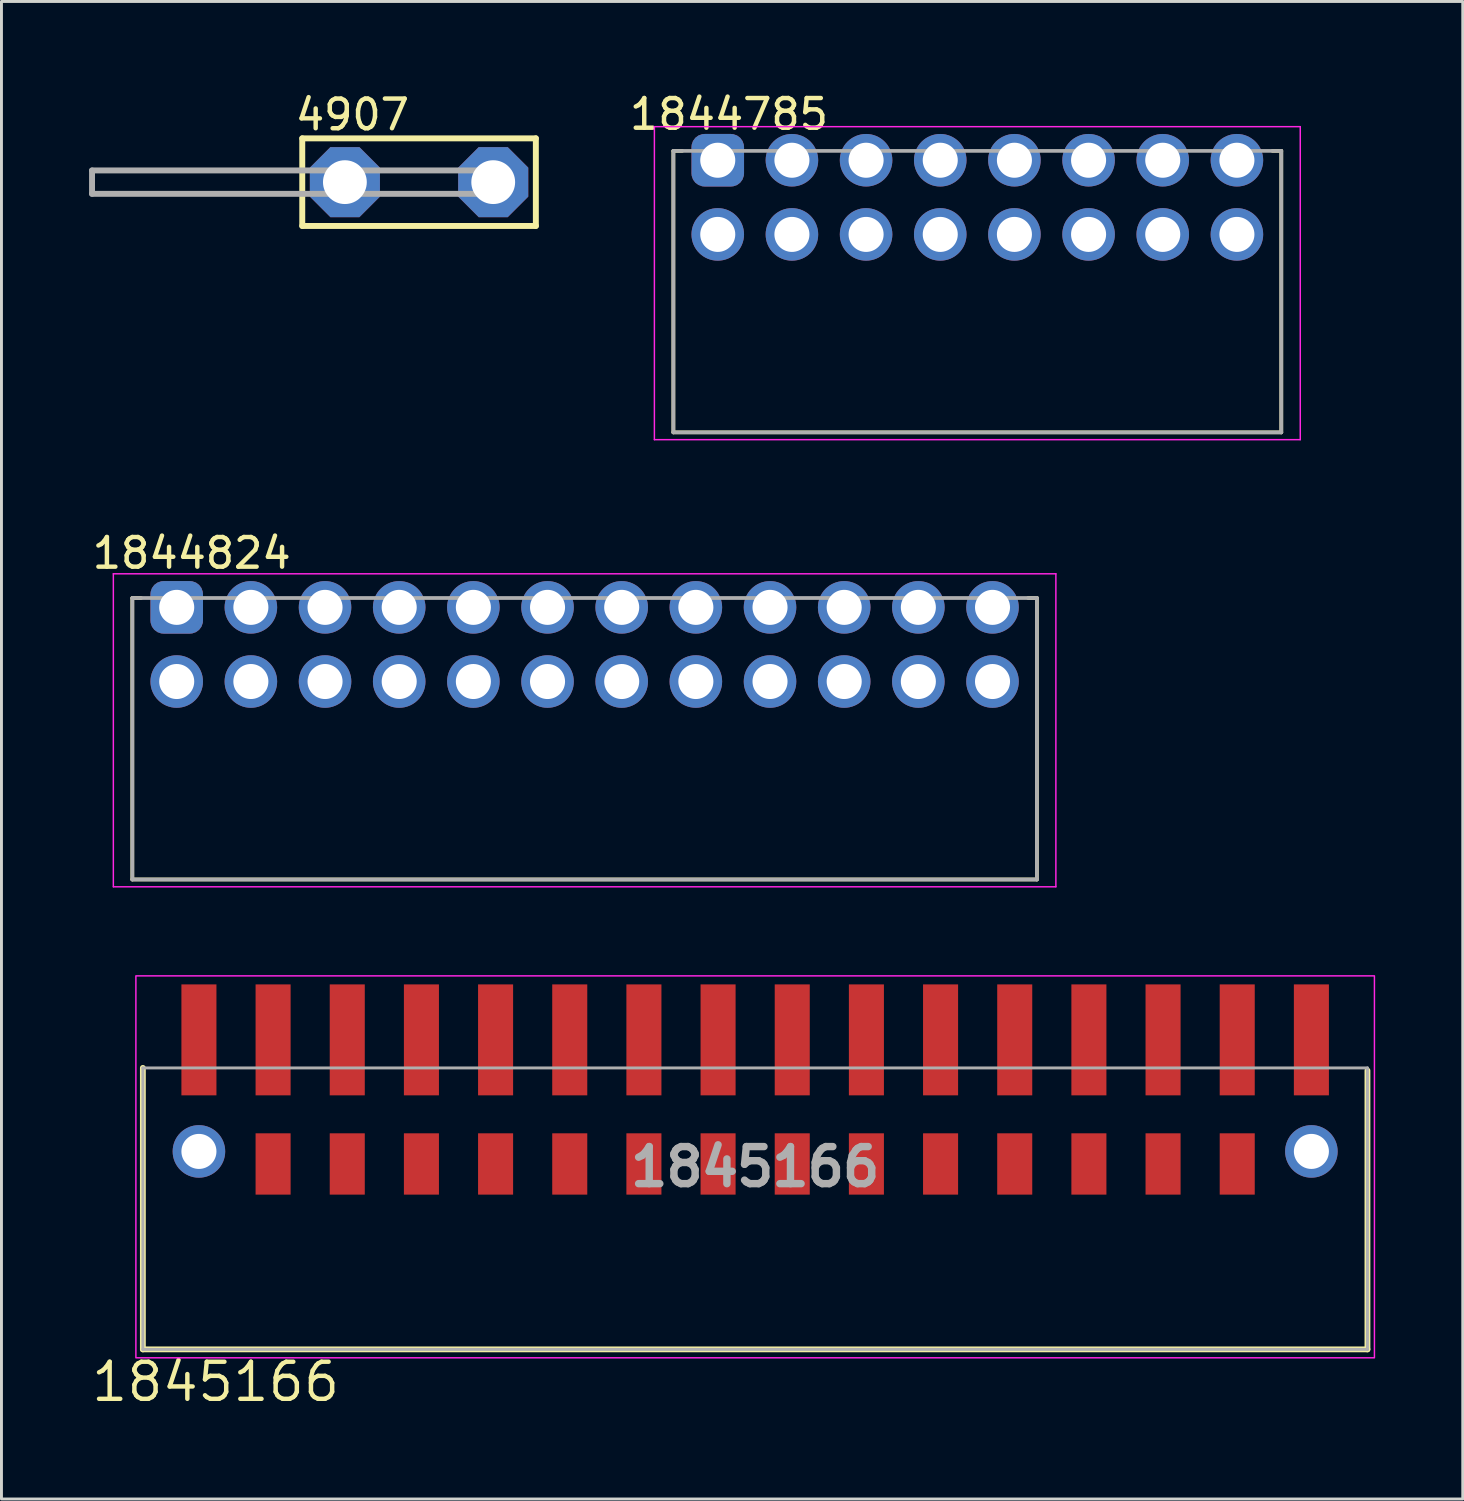
<source format=kicad_pcb>
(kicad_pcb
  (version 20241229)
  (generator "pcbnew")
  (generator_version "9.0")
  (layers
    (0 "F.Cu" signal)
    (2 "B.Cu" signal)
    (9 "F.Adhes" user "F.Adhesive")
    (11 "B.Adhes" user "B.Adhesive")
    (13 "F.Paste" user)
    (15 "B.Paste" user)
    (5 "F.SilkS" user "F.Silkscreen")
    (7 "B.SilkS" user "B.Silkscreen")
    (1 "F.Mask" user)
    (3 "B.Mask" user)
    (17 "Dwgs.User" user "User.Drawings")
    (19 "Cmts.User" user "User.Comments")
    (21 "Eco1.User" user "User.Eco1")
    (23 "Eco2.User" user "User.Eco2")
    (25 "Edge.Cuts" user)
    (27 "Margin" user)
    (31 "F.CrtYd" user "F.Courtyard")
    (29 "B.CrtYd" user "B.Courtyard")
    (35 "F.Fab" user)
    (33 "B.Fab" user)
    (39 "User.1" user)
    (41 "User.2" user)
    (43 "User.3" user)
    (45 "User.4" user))
  (footprint "1845166"
    (layer "F.Cu")
    (at 22.813 37.864)
    (property "Reference" "1845166" (at -18.479 6.413 0) (layer "F.SilkS") (effects (font (size 1.27 1.27) (thickness 0.152))))
    (attr through_hole)
    (fp_line (start -20.97 -4.34) (end -20.97 5.3) (stroke (width 0.2) (type solid)) (layer "F.SilkS"))
    (fp_line (start -20.97 5.3) (end 20.97 5.3) (stroke (width 0.2) (type solid)) (layer "F.SilkS"))
    (fp_line (start 20.97 5.3) (end 20.97 -4.25) (stroke (width 0.2) (type solid)) (layer "F.SilkS"))
    (fp_rect (start -21.209 -7.493) (end 21.209 5.588) (stroke (width 0.05) (type default)) (fill no) (layer "F.CrtYd"))
    (fp_line (start -20.97 -4.34) (end 20.97 -4.34) (stroke (width 0.1) (type solid)) (layer "F.Fab"))
    (fp_line (start -20.97 5.3) (end -20.97 -4.34) (stroke (width 0.1) (type solid)) (layer "F.Fab"))
    (fp_line (start 20.97 -4.34) (end 20.97 5.3) (stroke (width 0.1) (type solid)) (layer "F.Fab"))
    (fp_line (start 20.97 5.3) (end -20.97 5.3) (stroke (width 0.1) (type solid)) (layer "F.Fab"))
    (fp_text user "${REFERENCE}" (at 0 -0.95 0) (layer "F.Fab") (effects (font (size 1.27 1.27) (thickness 0.254))))
    (pad "1" smd rect (at -19.05 -5.3) (size 1.2 3.8) (layers "F.Cu" "F.Mask" "F.Paste"))
    (pad "2" thru_hole circle (at -19.05 -1.48) (size 1.8 1.8) (drill 1.2) (layers "*.Cu" "*.Mask"))
    (pad "3" smd rect (at -16.51 -5.3) (size 1.2 3.8) (layers "F.Cu" "F.Mask" "F.Paste"))
    (pad "4" smd rect (at -16.51 -1.05) (size 1.2 2.1) (layers "F.Cu" "F.Mask" "F.Paste"))
    (pad "5" smd rect (at -13.97 -5.3) (size 1.2 3.8) (layers "F.Cu" "F.Mask" "F.Paste"))
    (pad "6" smd rect (at -13.97 -1.05) (size 1.2 2.1) (layers "F.Cu" "F.Mask" "F.Paste"))
    (pad "7" smd rect (at -11.43 -5.3) (size 1.2 3.8) (layers "F.Cu" "F.Mask" "F.Paste"))
    (pad "8" smd rect (at -11.43 -1.05) (size 1.2 2.1) (layers "F.Cu" "F.Mask" "F.Paste"))
    (pad "9" smd rect (at -8.89 -5.3) (size 1.2 3.8) (layers "F.Cu" "F.Mask" "F.Paste"))
    (pad "10" smd rect (at -8.89 -1.05) (size 1.2 2.1) (layers "F.Cu" "F.Mask" "F.Paste"))
    (pad "11" smd rect (at -6.35 -5.3) (size 1.2 3.8) (layers "F.Cu" "F.Mask" "F.Paste"))
    (pad "12" smd rect (at -6.35 -1.05) (size 1.2 2.1) (layers "F.Cu" "F.Mask" "F.Paste"))
    (pad "13" smd rect (at -3.81 -5.3) (size 1.2 3.8) (layers "F.Cu" "F.Mask" "F.Paste"))
    (pad "14" smd rect (at -3.81 -1.05) (size 1.2 2.1) (layers "F.Cu" "F.Mask" "F.Paste"))
    (pad "15" smd rect (at -1.27 -5.3) (size 1.2 3.8) (layers "F.Cu" "F.Mask" "F.Paste"))
    (pad "16" smd rect (at -1.27 -1.05) (size 1.2 2.1) (layers "F.Cu" "F.Mask" "F.Paste"))
    (pad "17" smd rect (at 1.27 -5.3) (size 1.2 3.8) (layers "F.Cu" "F.Mask" "F.Paste"))
    (pad "18" smd rect (at 1.27 -1.05) (size 1.2 2.1) (layers "F.Cu" "F.Mask" "F.Paste"))
    (pad "19" smd rect (at 3.81 -5.3) (size 1.2 3.8) (layers "F.Cu" "F.Mask" "F.Paste"))
    (pad "20" smd rect (at 3.81 -1.05) (size 1.2 2.1) (layers "F.Cu" "F.Mask" "F.Paste"))
    (pad "21" smd rect (at 6.35 -5.3) (size 1.2 3.8) (layers "F.Cu" "F.Mask" "F.Paste"))
    (pad "22" smd rect (at 6.35 -1.05) (size 1.2 2.1) (layers "F.Cu" "F.Mask" "F.Paste"))
    (pad "23" smd rect (at 8.89 -5.3) (size 1.2 3.8) (layers "F.Cu" "F.Mask" "F.Paste"))
    (pad "24" smd rect (at 8.89 -1.05) (size 1.2 2.1) (layers "F.Cu" "F.Mask" "F.Paste"))
    (pad "25" smd rect (at 11.43 -5.3) (size 1.2 3.8) (layers "F.Cu" "F.Mask" "F.Paste"))
    (pad "26" smd rect (at 11.43 -1.05) (size 1.2 2.1) (layers "F.Cu" "F.Mask" "F.Paste"))
    (pad "27" smd rect (at 13.97 -5.3) (size 1.2 3.8) (layers "F.Cu" "F.Mask" "F.Paste"))
    (pad "28" smd rect (at 13.97 -1.05) (size 1.2 2.1) (layers "F.Cu" "F.Mask" "F.Paste"))
    (pad "29" smd rect (at 16.51 -5.3) (size 1.2 3.8) (layers "F.Cu" "F.Mask" "F.Paste"))
    (pad "30" smd rect (at 16.51 -1.05) (size 1.2 2.1) (layers "F.Cu" "F.Mask" "F.Paste"))
    (pad "31" smd rect (at 19.05 -5.3) (size 1.2 3.8) (layers "F.Cu" "F.Mask" "F.Paste"))
    (pad "32" thru_hole circle (at 19.05 -1.48) (size 1.8 1.8) (drill 1.2) (layers "*.Cu" "*.Mask")))
  (footprint "4907"
    (layer "F.Cu")
    (at 11.302 3.188)
    (property "Reference" "4907" (at -4.318 -1.714 0) (layer "F.SilkS") (effects (font (size 1.016 1.016) (thickness 0.152)) (justify left bottom)))
    (attr through_hole)
    (fp_line (start -4 -1.5) (end -4 1.5) (stroke (width 0.203) (type solid)) (layer "F.SilkS"))
    (fp_line (start -4 1.5) (end 4 1.5) (stroke (width 0.203) (type solid)) (layer "F.SilkS"))
    (fp_line (start 4 -1.5) (end -4 -1.5) (stroke (width 0.203) (type solid)) (layer "F.SilkS"))
    (fp_line (start 4 1.5) (end 4 -1.5) (stroke (width 0.203) (type solid)) (layer "F.SilkS"))
    (fp_line (start -11.2 -0.4) (end -11.2 0.4) (stroke (width 0.203) (type solid)) (layer "F.Fab"))
    (fp_line (start 3 -0.4) (end -11.2 -0.4) (stroke (width 0.203) (type solid)) (layer "F.Fab"))
    (fp_line (start 3 -0.4) (end 3 0.4) (stroke (width 0.203) (type solid)) (layer "F.Fab"))
    (fp_line (start 3 0.4) (end -11.2 0.4) (stroke (width 0.203) (type solid)) (layer "F.Fab"))
    (pad "1" thru_hole roundrect (at -2.54 0 90) (size 2.4 2.4) (drill 1.5) (layers "*.Cu" "*.Mask") (roundrect_rratio 0.25) (chamfer_ratio 0.293) (chamfer top_left top_right bottom_left bottom_right))
    (pad "2" thru_hole roundrect (at 2.54 0 90) (size 2.4 2.4) (drill 1.5) (layers "*.Cu" "*.Mask") (roundrect_rratio 0.25) (chamfer_ratio 0.293) (chamfer top_left top_right bottom_left bottom_right)))
  (footprint "1844785"
    (layer "F.Cu")
    (at 20.012 11.758)
    (property "Reference" "1844785" (at 1.905 -10.897 0) (layer "F.SilkS") (effects (font (size 1.016 1.016) (thickness 0.152) (bold yes))))
    (attr through_hole)
    (fp_line (start 0 -9.64) (end 0 0) (stroke (width 0.127) (type solid)) (layer "F.SilkS"))
    (fp_line (start 0 0) (end 20.82 0) (stroke (width 0.127) (type solid)) (layer "F.SilkS"))
    (fp_line (start 0.3 -9.64) (end 0 -9.64) (stroke (width 0.127) (type solid)) (layer "F.SilkS"))
    (fp_line (start 20.82 -9.64) (end 20.52 -9.64) (stroke (width 0.127) (type solid)) (layer "F.SilkS"))
    (fp_line (start 20.82 0) (end 20.82 -9.64) (stroke (width 0.127) (type solid)) (layer "F.SilkS"))
    (fp_line (start -0.65 -10.47) (end -0.65 0.25) (stroke (width 0.05) (type solid)) (layer "F.CrtYd"))
    (fp_line (start -0.65 0.25) (end 21.47 0.25) (stroke (width 0.05) (type solid)) (layer "F.CrtYd"))
    (fp_line (start 21.47 -10.47) (end -0.65 -10.47) (stroke (width 0.05) (type solid)) (layer "F.CrtYd"))
    (fp_line (start 21.47 0.25) (end 21.47 -10.47) (stroke (width 0.05) (type solid)) (layer "F.CrtYd"))
    (fp_line (start 0 -9.64) (end 0 0) (stroke (width 0.127) (type solid)) (layer "F.Fab"))
    (fp_line (start 0 0) (end 20.82 0) (stroke (width 0.127) (type solid)) (layer "F.Fab"))
    (fp_line (start 20.82 -9.64) (end 0 -9.64) (stroke (width 0.127) (type solid)) (layer "F.Fab"))
    (fp_line (start 20.82 0) (end 20.82 -9.64) (stroke (width 0.127) (type solid)) (layer "F.Fab"))
    (pad "1" thru_hole roundrect (at 1.52 -9.32) (size 1.8 1.8) (drill 1.2) (layers "*.Cu" "*.Mask") (roundrect_rratio 0.25))
    (pad "2" thru_hole circle (at 4.06 -9.32) (size 1.8 1.8) (drill 1.2) (layers "*.Cu" "*.Mask"))
    (pad "3" thru_hole circle (at 6.6 -9.32) (size 1.8 1.8) (drill 1.2) (layers "*.Cu" "*.Mask"))
    (pad "4" thru_hole circle (at 9.14 -9.32) (size 1.8 1.8) (drill 1.2) (layers "*.Cu" "*.Mask"))
    (pad "5" thru_hole circle (at 11.68 -9.32) (size 1.8 1.8) (drill 1.2) (layers "*.Cu" "*.Mask"))
    (pad "6" thru_hole circle (at 14.22 -9.32) (size 1.8 1.8) (drill 1.2) (layers "*.Cu" "*.Mask"))
    (pad "7" thru_hole circle (at 16.76 -9.32) (size 1.8 1.8) (drill 1.2) (layers "*.Cu" "*.Mask"))
    (pad "8" thru_hole circle (at 19.3 -9.32) (size 1.8 1.8) (drill 1.2) (layers "*.Cu" "*.Mask"))
    (pad "9" thru_hole circle (at 1.52 -6.78) (size 1.8 1.8) (drill 1.2) (layers "*.Cu" "*.Mask"))
    (pad "10" thru_hole circle (at 4.06 -6.78) (size 1.8 1.8) (drill 1.2) (layers "*.Cu" "*.Mask"))
    (pad "11" thru_hole circle (at 6.6 -6.78) (size 1.8 1.8) (drill 1.2) (layers "*.Cu" "*.Mask"))
    (pad "12" thru_hole circle (at 9.14 -6.78) (size 1.8 1.8) (drill 1.2) (layers "*.Cu" "*.Mask"))
    (pad "13" thru_hole circle (at 11.68 -6.78) (size 1.8 1.8) (drill 1.2) (layers "*.Cu" "*.Mask"))
    (pad "14" thru_hole circle (at 14.22 -6.78) (size 1.8 1.8) (drill 1.2) (layers "*.Cu" "*.Mask"))
    (pad "15" thru_hole circle (at 16.76 -6.78) (size 1.8 1.8) (drill 1.2) (layers "*.Cu" "*.Mask"))
    (pad "16" thru_hole circle (at 19.3 -6.78) (size 1.8 1.8) (drill 1.2) (layers "*.Cu" "*.Mask")))
  (footprint "1844824"
    (layer "F.Cu")
    (at 1.482 27.071)
    (property "Reference" "1844824" (at 2.032 -11.176 0) (layer "F.SilkS") (effects (font (size 1.016 1.016) (thickness 0.152))))
    (attr through_hole)
    (fp_line (start 0 -9.64) (end 0 0) (stroke (width 0.127) (type solid)) (layer "F.SilkS"))
    (fp_line (start 0 0) (end 30.98 0) (stroke (width 0.127) (type solid)) (layer "F.SilkS"))
    (fp_line (start 0.3 -9.64) (end 0 -9.64) (stroke (width 0.127) (type solid)) (layer "F.SilkS"))
    (fp_line (start 30.98 -9.64) (end 30.68 -9.64) (stroke (width 0.127) (type solid)) (layer "F.SilkS"))
    (fp_line (start 30.98 0) (end 30.98 -9.64) (stroke (width 0.127) (type solid)) (layer "F.SilkS"))
    (fp_line (start -0.65 -10.47) (end -0.65 0.25) (stroke (width 0.05) (type solid)) (layer "F.CrtYd"))
    (fp_line (start -0.65 0.25) (end 31.63 0.25) (stroke (width 0.05) (type solid)) (layer "F.CrtYd"))
    (fp_line (start 31.63 -10.47) (end -0.65 -10.47) (stroke (width 0.05) (type solid)) (layer "F.CrtYd"))
    (fp_line (start 31.63 0.25) (end 31.63 -10.47) (stroke (width 0.05) (type solid)) (layer "F.CrtYd"))
    (fp_line (start 0 -9.64) (end 0 0) (stroke (width 0.127) (type solid)) (layer "F.Fab"))
    (fp_line (start 0 0) (end 30.98 0) (stroke (width 0.127) (type solid)) (layer "F.Fab"))
    (fp_line (start 30.98 -9.64) (end 0 -9.64) (stroke (width 0.127) (type solid)) (layer "F.Fab"))
    (fp_line (start 30.98 0) (end 30.98 -9.64) (stroke (width 0.127) (type solid)) (layer "F.Fab"))
    (pad "1" thru_hole roundrect (at 1.52 -9.32) (size 1.8 1.8) (drill 1.2) (layers "*.Cu" "*.Mask") (roundrect_rratio 0.25))
    (pad "2" thru_hole circle (at 4.06 -9.32) (size 1.8 1.8) (drill 1.2) (layers "*.Cu" "*.Mask"))
    (pad "3" thru_hole circle (at 6.6 -9.32) (size 1.8 1.8) (drill 1.2) (layers "*.Cu" "*.Mask"))
    (pad "4" thru_hole circle (at 9.14 -9.32) (size 1.8 1.8) (drill 1.2) (layers "*.Cu" "*.Mask"))
    (pad "5" thru_hole circle (at 11.68 -9.32) (size 1.8 1.8) (drill 1.2) (layers "*.Cu" "*.Mask"))
    (pad "6" thru_hole circle (at 14.22 -9.32) (size 1.8 1.8) (drill 1.2) (layers "*.Cu" "*.Mask"))
    (pad "7" thru_hole circle (at 16.76 -9.32) (size 1.8 1.8) (drill 1.2) (layers "*.Cu" "*.Mask"))
    (pad "8" thru_hole circle (at 19.3 -9.32) (size 1.8 1.8) (drill 1.2) (layers "*.Cu" "*.Mask"))
    (pad "9" thru_hole circle (at 21.84 -9.32) (size 1.8 1.8) (drill 1.2) (layers "*.Cu" "*.Mask"))
    (pad "10" thru_hole circle (at 24.38 -9.32) (size 1.8 1.8) (drill 1.2) (layers "*.Cu" "*.Mask"))
    (pad "11" thru_hole circle (at 26.92 -9.32) (size 1.8 1.8) (drill 1.2) (layers "*.Cu" "*.Mask"))
    (pad "12" thru_hole circle (at 29.46 -9.32) (size 1.8 1.8) (drill 1.2) (layers "*.Cu" "*.Mask"))
    (pad "13" thru_hole circle (at 1.52 -6.78) (size 1.8 1.8) (drill 1.2) (layers "*.Cu" "*.Mask"))
    (pad "14" thru_hole circle (at 4.06 -6.78) (size 1.8 1.8) (drill 1.2) (layers "*.Cu" "*.Mask"))
    (pad "15" thru_hole circle (at 6.6 -6.78) (size 1.8 1.8) (drill 1.2) (layers "*.Cu" "*.Mask"))
    (pad "16" thru_hole circle (at 9.14 -6.78) (size 1.8 1.8) (drill 1.2) (layers "*.Cu" "*.Mask"))
    (pad "17" thru_hole circle (at 11.68 -6.78) (size 1.8 1.8) (drill 1.2) (layers "*.Cu" "*.Mask"))
    (pad "18" thru_hole circle (at 14.22 -6.78) (size 1.8 1.8) (drill 1.2) (layers "*.Cu" "*.Mask"))
    (pad "19" thru_hole circle (at 16.76 -6.78) (size 1.8 1.8) (drill 1.2) (layers "*.Cu" "*.Mask"))
    (pad "20" thru_hole circle (at 19.3 -6.78) (size 1.8 1.8) (drill 1.2) (layers "*.Cu" "*.Mask"))
    (pad "21" thru_hole circle (at 21.84 -6.78) (size 1.8 1.8) (drill 1.2) (layers "*.Cu" "*.Mask"))
    (pad "22" thru_hole circle (at 24.38 -6.78) (size 1.8 1.8) (drill 1.2) (layers "*.Cu" "*.Mask"))
    (pad "23" thru_hole circle (at 26.92 -6.78) (size 1.8 1.8) (drill 1.2) (layers "*.Cu" "*.Mask"))
    (pad "24" thru_hole circle (at 29.46 -6.78) (size 1.8 1.8) (drill 1.2) (layers "*.Cu" "*.Mask")))
  (gr_rect
    (start -3 -3)
    (end 47.047 48.288)
    (stroke (width 0.1) (type default))
    (fill no)
    (layer "Edge.Cuts")))
</source>
